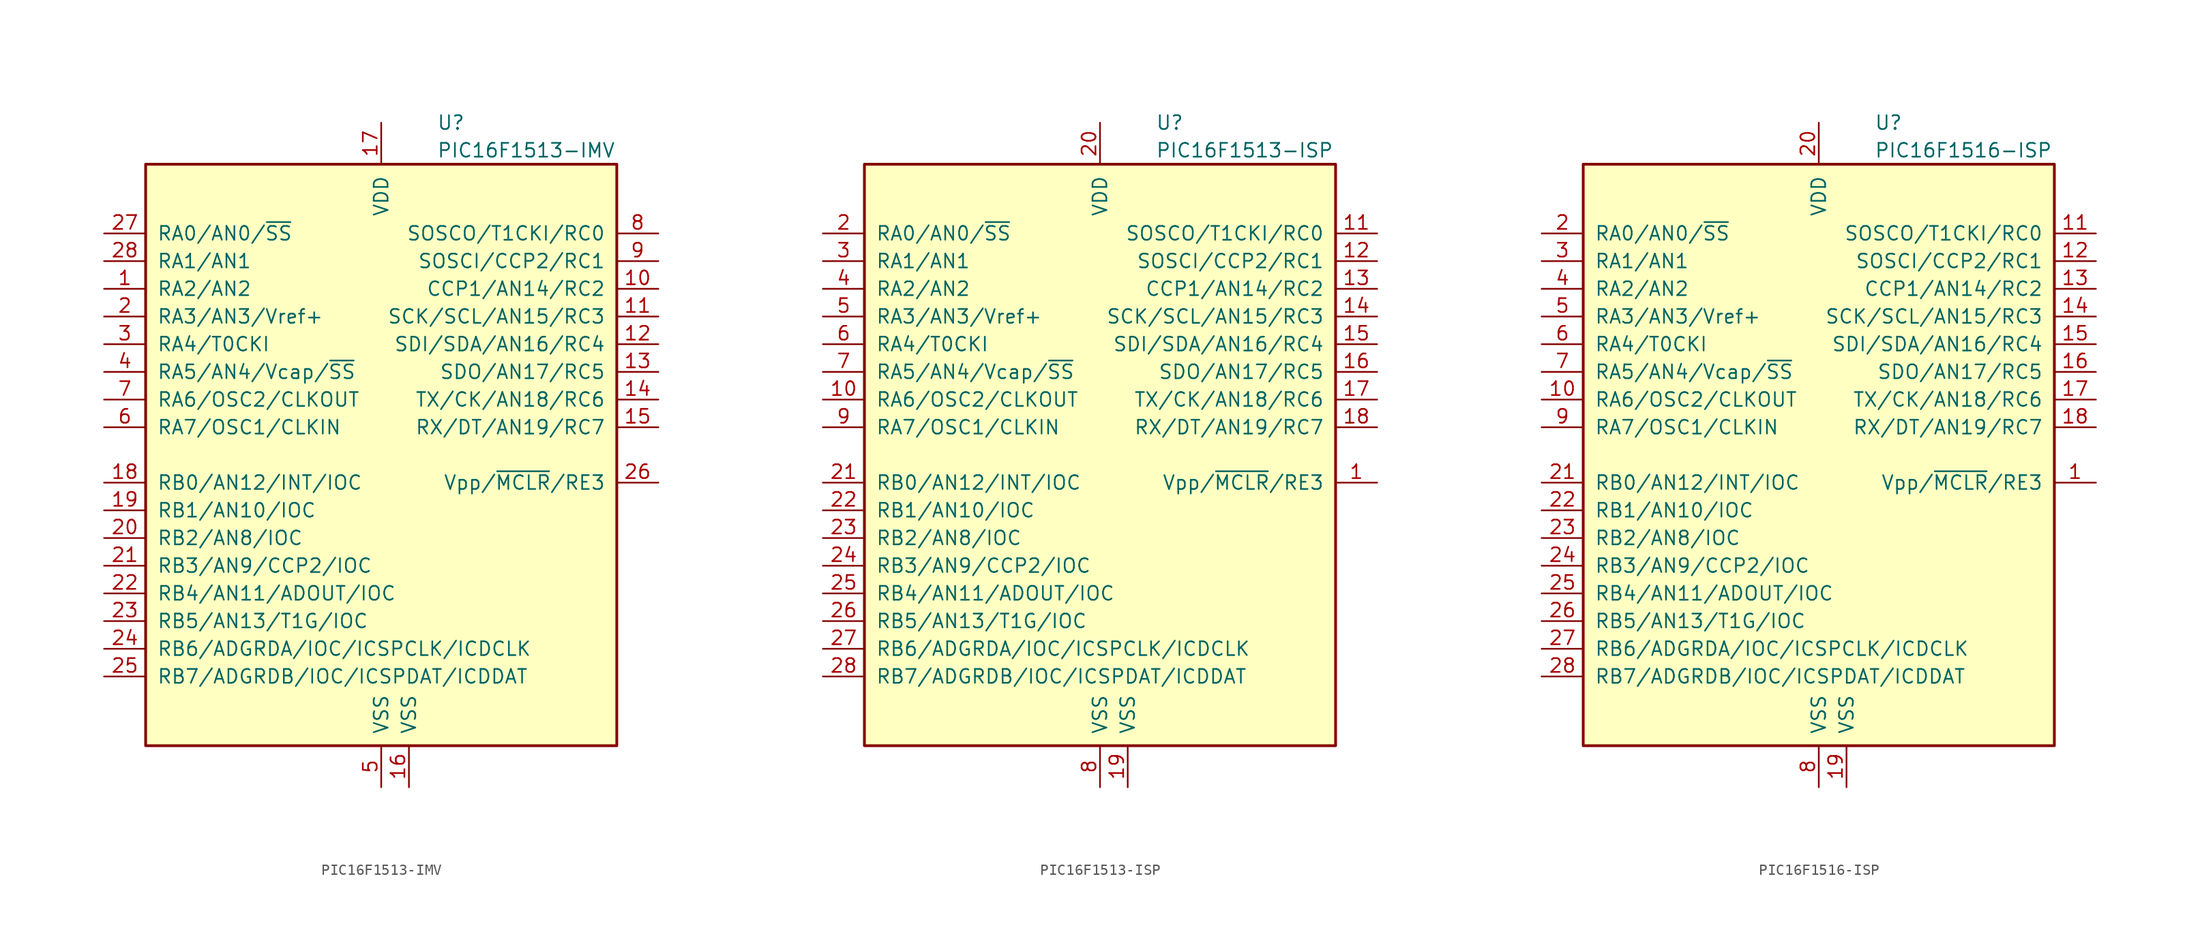
<source format=kicad_sym>
(kicad_symbol_lib
  (version 20220914)
  (generator kicad_symbol_editor)
  (symbol "PIC16F1513-IMV"
    (pin_names
      (offset 1.016))
    (property "Reference" "U"
      (at 5.08 30.48 0)
      (effects (font (size 1.27 1.27)) (justify left)))
    (property "Value" "PIC16F1513-IMV"
      (at 5.08 27.94 0)
      (effects (font (size 1.27 1.27)) (justify left)))
    (symbol "PIC16F1513-IMV_0_1"
      (rectangle (start -21.59 26.67) (end 21.59 -26.67) (stroke (width 0.254) (type default)) (fill (type background))))
    (symbol "PIC16F1513-IMV_1_1"
      (pin bidirectional line (at -25.4 15.24 0) (length 3.81) (name "RA2/AN2" (effects (font (size 1.27 1.27)))) (number "1" (effects (font (size 1.27 1.27)))))
      (pin bidirectional line (at 25.4 15.24 180) (length 3.81) (name "CCP1/AN14/RC2" (effects (font (size 1.27 1.27)))) (number "10" (effects (font (size 1.27 1.27)))))
      (pin bidirectional line (at 25.4 12.7 180) (length 3.81) (name "SCK/SCL/AN15/RC3" (effects (font (size 1.27 1.27)))) (number "11" (effects (font (size 1.27 1.27)))))
      (pin bidirectional line (at 25.4 10.16 180) (length 3.81) (name "SDI/SDA/AN16/RC4" (effects (font (size 1.27 1.27)))) (number "12" (effects (font (size 1.27 1.27)))))
      (pin bidirectional line (at 25.4 7.62 180) (length 3.81) (name "SDO/AN17/RC5" (effects (font (size 1.27 1.27)))) (number "13" (effects (font (size 1.27 1.27)))))
      (pin bidirectional line (at 25.4 5.08 180) (length 3.81) (name "TX/CK/AN18/RC6" (effects (font (size 1.27 1.27)))) (number "14" (effects (font (size 1.27 1.27)))))
      (pin bidirectional line (at 25.4 2.54 180) (length 3.81) (name "RX/DT/AN19/RC7" (effects (font (size 1.27 1.27)))) (number "15" (effects (font (size 1.27 1.27)))))
      (pin power_in line (at 2.54 -30.48 90) (length 3.81) (name "VSS" (effects (font (size 1.27 1.27)))) (number "16" (effects (font (size 1.27 1.27)))))
      (pin power_in line (at 0 30.48 270) (length 3.81) (name "VDD" (effects (font (size 1.27 1.27)))) (number "17" (effects (font (size 1.27 1.27)))))
      (pin bidirectional line (at -25.4 -2.54 0) (length 3.81) (name "RB0/AN12/INT/IOC" (effects (font (size 1.27 1.27)))) (number "18" (effects (font (size 1.27 1.27)))))
      (pin bidirectional line (at -25.4 -5.08 0) (length 3.81) (name "RB1/AN10/IOC" (effects (font (size 1.27 1.27)))) (number "19" (effects (font (size 1.27 1.27)))))
      (pin bidirectional line (at -25.4 12.7 0) (length 3.81) (name "RA3/AN3/Vref+" (effects (font (size 1.27 1.27)))) (number "2" (effects (font (size 1.27 1.27)))))
      (pin bidirectional line (at -25.4 -7.62 0) (length 3.81) (name "RB2/AN8/IOC" (effects (font (size 1.27 1.27)))) (number "20" (effects (font (size 1.27 1.27)))))
      (pin bidirectional line (at -25.4 -10.16 0) (length 3.81) (name "RB3/AN9/CCP2/IOC" (effects (font (size 1.27 1.27)))) (number "21" (effects (font (size 1.27 1.27)))))
      (pin bidirectional line (at -25.4 -12.7 0) (length 3.81) (name "RB4/AN11/ADOUT/IOC" (effects (font (size 1.27 1.27)))) (number "22" (effects (font (size 1.27 1.27)))))
      (pin bidirectional line (at -25.4 -15.24 0) (length 3.81) (name "RB5/AN13/T1G/IOC" (effects (font (size 1.27 1.27)))) (number "23" (effects (font (size 1.27 1.27)))))
      (pin bidirectional line (at -25.4 -17.78 0) (length 3.81) (name "RB6/ADGRDA/IOC/ICSPCLK/ICDCLK" (effects (font (size 1.27 1.27)))) (number "24" (effects (font (size 1.27 1.27)))))
      (pin bidirectional line (at -25.4 -20.32 0) (length 3.81) (name "RB7/ADGRDB/IOC/ICSPDAT/ICDDAT" (effects (font (size 1.27 1.27)))) (number "25" (effects (font (size 1.27 1.27)))))
      (pin input line (at 25.4 -2.54 180) (length 3.81) (name "Vpp/~{MCLR}/RE3" (effects (font (size 1.27 1.27)))) (number "26" (effects (font (size 1.27 1.27)))))
      (pin bidirectional line (at -25.4 20.32 0) (length 3.81) (name "RA0/AN0/~{SS}" (effects (font (size 1.27 1.27)))) (number "27" (effects (font (size 1.27 1.27)))))
      (pin bidirectional line (at -25.4 17.78 0) (length 3.81) (name "RA1/AN1" (effects (font (size 1.27 1.27)))) (number "28" (effects (font (size 1.27 1.27)))))
      (pin bidirectional line (at -25.4 10.16 0) (length 3.81) (name "RA4/T0CKI" (effects (font (size 1.27 1.27)))) (number "3" (effects (font (size 1.27 1.27)))))
      (pin bidirectional line (at -25.4 7.62 0) (length 3.81) (name "RA5/AN4/Vcap/~{SS}" (effects (font (size 1.27 1.27)))) (number "4" (effects (font (size 1.27 1.27)))))
      (pin power_in line (at 0 -30.48 90) (length 3.81) (name "VSS" (effects (font (size 1.27 1.27)))) (number "5" (effects (font (size 1.27 1.27)))))
      (pin bidirectional line (at -25.4 2.54 0) (length 3.81) (name "RA7/OSC1/CLKIN" (effects (font (size 1.27 1.27)))) (number "6" (effects (font (size 1.27 1.27)))))
      (pin bidirectional line (at -25.4 5.08 0) (length 3.81) (name "RA6/OSC2/CLKOUT" (effects (font (size 1.27 1.27)))) (number "7" (effects (font (size 1.27 1.27)))))
      (pin bidirectional line (at 25.4 20.32 180) (length 3.81) (name "SOSCO/T1CKI/RC0" (effects (font (size 1.27 1.27)))) (number "8" (effects (font (size 1.27 1.27)))))
      (pin bidirectional line (at 25.4 17.78 180) (length 3.81) (name "SOSCI/CCP2/RC1" (effects (font (size 1.27 1.27)))) (number "9" (effects (font (size 1.27 1.27)))))))
  (symbol "PIC16F1513-ISP"
    (pin_names
      (offset 1.016))
    (property "Reference" "U"
      (at 5.08 30.48 0)
      (effects (font (size 1.27 1.27)) (justify left)))
    (property "Value" "PIC16F1513-ISP"
      (at 5.08 27.94 0)
      (effects (font (size 1.27 1.27)) (justify left)))
    (symbol "PIC16F1513-ISP_0_1"
      (rectangle (start -21.59 26.67) (end 21.59 -26.67) (stroke (width 0.254) (type default)) (fill (type background))))
    (symbol "PIC16F1513-ISP_1_1"
      (pin input line (at 25.4 -2.54 180) (length 3.81) (name "Vpp/~{MCLR}/RE3" (effects (font (size 1.27 1.27)))) (number "1" (effects (font (size 1.27 1.27)))))
      (pin bidirectional line (at -25.4 5.08 0) (length 3.81) (name "RA6/OSC2/CLKOUT" (effects (font (size 1.27 1.27)))) (number "10" (effects (font (size 1.27 1.27)))))
      (pin bidirectional line (at 25.4 20.32 180) (length 3.81) (name "SOSCO/T1CKI/RC0" (effects (font (size 1.27 1.27)))) (number "11" (effects (font (size 1.27 1.27)))))
      (pin bidirectional line (at 25.4 17.78 180) (length 3.81) (name "SOSCI/CCP2/RC1" (effects (font (size 1.27 1.27)))) (number "12" (effects (font (size 1.27 1.27)))))
      (pin bidirectional line (at 25.4 15.24 180) (length 3.81) (name "CCP1/AN14/RC2" (effects (font (size 1.27 1.27)))) (number "13" (effects (font (size 1.27 1.27)))))
      (pin bidirectional line (at 25.4 12.7 180) (length 3.81) (name "SCK/SCL/AN15/RC3" (effects (font (size 1.27 1.27)))) (number "14" (effects (font (size 1.27 1.27)))))
      (pin bidirectional line (at 25.4 10.16 180) (length 3.81) (name "SDI/SDA/AN16/RC4" (effects (font (size 1.27 1.27)))) (number "15" (effects (font (size 1.27 1.27)))))
      (pin bidirectional line (at 25.4 7.62 180) (length 3.81) (name "SDO/AN17/RC5" (effects (font (size 1.27 1.27)))) (number "16" (effects (font (size 1.27 1.27)))))
      (pin bidirectional line (at 25.4 5.08 180) (length 3.81) (name "TX/CK/AN18/RC6" (effects (font (size 1.27 1.27)))) (number "17" (effects (font (size 1.27 1.27)))))
      (pin bidirectional line (at 25.4 2.54 180) (length 3.81) (name "RX/DT/AN19/RC7" (effects (font (size 1.27 1.27)))) (number "18" (effects (font (size 1.27 1.27)))))
      (pin power_in line (at 2.54 -30.48 90) (length 3.81) (name "VSS" (effects (font (size 1.27 1.27)))) (number "19" (effects (font (size 1.27 1.27)))))
      (pin bidirectional line (at -25.4 20.32 0) (length 3.81) (name "RA0/AN0/~{SS}" (effects (font (size 1.27 1.27)))) (number "2" (effects (font (size 1.27 1.27)))))
      (pin power_in line (at 0 30.48 270) (length 3.81) (name "VDD" (effects (font (size 1.27 1.27)))) (number "20" (effects (font (size 1.27 1.27)))))
      (pin bidirectional line (at -25.4 -2.54 0) (length 3.81) (name "RB0/AN12/INT/IOC" (effects (font (size 1.27 1.27)))) (number "21" (effects (font (size 1.27 1.27)))))
      (pin bidirectional line (at -25.4 -5.08 0) (length 3.81) (name "RB1/AN10/IOC" (effects (font (size 1.27 1.27)))) (number "22" (effects (font (size 1.27 1.27)))))
      (pin bidirectional line (at -25.4 -7.62 0) (length 3.81) (name "RB2/AN8/IOC" (effects (font (size 1.27 1.27)))) (number "23" (effects (font (size 1.27 1.27)))))
      (pin bidirectional line (at -25.4 -10.16 0) (length 3.81) (name "RB3/AN9/CCP2/IOC" (effects (font (size 1.27 1.27)))) (number "24" (effects (font (size 1.27 1.27)))))
      (pin bidirectional line (at -25.4 -12.7 0) (length 3.81) (name "RB4/AN11/ADOUT/IOC" (effects (font (size 1.27 1.27)))) (number "25" (effects (font (size 1.27 1.27)))))
      (pin bidirectional line (at -25.4 -15.24 0) (length 3.81) (name "RB5/AN13/T1G/IOC" (effects (font (size 1.27 1.27)))) (number "26" (effects (font (size 1.27 1.27)))))
      (pin bidirectional line (at -25.4 -17.78 0) (length 3.81) (name "RB6/ADGRDA/IOC/ICSPCLK/ICDCLK" (effects (font (size 1.27 1.27)))) (number "27" (effects (font (size 1.27 1.27)))))
      (pin bidirectional line (at -25.4 -20.32 0) (length 3.81) (name "RB7/ADGRDB/IOC/ICSPDAT/ICDDAT" (effects (font (size 1.27 1.27)))) (number "28" (effects (font (size 1.27 1.27)))))
      (pin bidirectional line (at -25.4 17.78 0) (length 3.81) (name "RA1/AN1" (effects (font (size 1.27 1.27)))) (number "3" (effects (font (size 1.27 1.27)))))
      (pin bidirectional line (at -25.4 15.24 0) (length 3.81) (name "RA2/AN2" (effects (font (size 1.27 1.27)))) (number "4" (effects (font (size 1.27 1.27)))))
      (pin bidirectional line (at -25.4 12.7 0) (length 3.81) (name "RA3/AN3/Vref+" (effects (font (size 1.27 1.27)))) (number "5" (effects (font (size 1.27 1.27)))))
      (pin bidirectional line (at -25.4 10.16 0) (length 3.81) (name "RA4/T0CKI" (effects (font (size 1.27 1.27)))) (number "6" (effects (font (size 1.27 1.27)))))
      (pin bidirectional line (at -25.4 7.62 0) (length 3.81) (name "RA5/AN4/Vcap/~{SS}" (effects (font (size 1.27 1.27)))) (number "7" (effects (font (size 1.27 1.27)))))
      (pin power_in line (at 0 -30.48 90) (length 3.81) (name "VSS" (effects (font (size 1.27 1.27)))) (number "8" (effects (font (size 1.27 1.27)))))
      (pin bidirectional line (at -25.4 2.54 0) (length 3.81) (name "RA7/OSC1/CLKIN" (effects (font (size 1.27 1.27)))) (number "9" (effects (font (size 1.27 1.27)))))))
  (symbol "PIC16F1516-ISP"
    (pin_names
      (offset 1.016))
    (property "Reference" "U"
      (at 5.08 30.48 0)
      (effects (font (size 1.27 1.27)) (justify left)))
    (property "Value" "PIC16F1516-ISP"
      (at 5.08 27.94 0)
      (effects (font (size 1.27 1.27)) (justify left)))
    (symbol "PIC16F1516-ISP_0_1"
      (rectangle (start -21.59 26.67) (end 21.59 -26.67) (stroke (width 0.254) (type default)) (fill (type background))))
    (symbol "PIC16F1516-ISP_1_1"
      (pin input line (at 25.4 -2.54 180) (length 3.81) (name "Vpp/~{MCLR}/RE3" (effects (font (size 1.27 1.27)))) (number "1" (effects (font (size 1.27 1.27)))))
      (pin bidirectional line (at -25.4 5.08 0) (length 3.81) (name "RA6/OSC2/CLKOUT" (effects (font (size 1.27 1.27)))) (number "10" (effects (font (size 1.27 1.27)))))
      (pin bidirectional line (at 25.4 20.32 180) (length 3.81) (name "SOSCO/T1CKI/RC0" (effects (font (size 1.27 1.27)))) (number "11" (effects (font (size 1.27 1.27)))))
      (pin bidirectional line (at 25.4 17.78 180) (length 3.81) (name "SOSCI/CCP2/RC1" (effects (font (size 1.27 1.27)))) (number "12" (effects (font (size 1.27 1.27)))))
      (pin bidirectional line (at 25.4 15.24 180) (length 3.81) (name "CCP1/AN14/RC2" (effects (font (size 1.27 1.27)))) (number "13" (effects (font (size 1.27 1.27)))))
      (pin bidirectional line (at 25.4 12.7 180) (length 3.81) (name "SCK/SCL/AN15/RC3" (effects (font (size 1.27 1.27)))) (number "14" (effects (font (size 1.27 1.27)))))
      (pin bidirectional line (at 25.4 10.16 180) (length 3.81) (name "SDI/SDA/AN16/RC4" (effects (font (size 1.27 1.27)))) (number "15" (effects (font (size 1.27 1.27)))))
      (pin bidirectional line (at 25.4 7.62 180) (length 3.81) (name "SDO/AN17/RC5" (effects (font (size 1.27 1.27)))) (number "16" (effects (font (size 1.27 1.27)))))
      (pin bidirectional line (at 25.4 5.08 180) (length 3.81) (name "TX/CK/AN18/RC6" (effects (font (size 1.27 1.27)))) (number "17" (effects (font (size 1.27 1.27)))))
      (pin bidirectional line (at 25.4 2.54 180) (length 3.81) (name "RX/DT/AN19/RC7" (effects (font (size 1.27 1.27)))) (number "18" (effects (font (size 1.27 1.27)))))
      (pin power_in line (at 2.54 -30.48 90) (length 3.81) (name "VSS" (effects (font (size 1.27 1.27)))) (number "19" (effects (font (size 1.27 1.27)))))
      (pin bidirectional line (at -25.4 20.32 0) (length 3.81) (name "RA0/AN0/~{SS}" (effects (font (size 1.27 1.27)))) (number "2" (effects (font (size 1.27 1.27)))))
      (pin power_in line (at 0 30.48 270) (length 3.81) (name "VDD" (effects (font (size 1.27 1.27)))) (number "20" (effects (font (size 1.27 1.27)))))
      (pin bidirectional line (at -25.4 -2.54 0) (length 3.81) (name "RB0/AN12/INT/IOC" (effects (font (size 1.27 1.27)))) (number "21" (effects (font (size 1.27 1.27)))))
      (pin bidirectional line (at -25.4 -5.08 0) (length 3.81) (name "RB1/AN10/IOC" (effects (font (size 1.27 1.27)))) (number "22" (effects (font (size 1.27 1.27)))))
      (pin bidirectional line (at -25.4 -7.62 0) (length 3.81) (name "RB2/AN8/IOC" (effects (font (size 1.27 1.27)))) (number "23" (effects (font (size 1.27 1.27)))))
      (pin bidirectional line (at -25.4 -10.16 0) (length 3.81) (name "RB3/AN9/CCP2/IOC" (effects (font (size 1.27 1.27)))) (number "24" (effects (font (size 1.27 1.27)))))
      (pin bidirectional line (at -25.4 -12.7 0) (length 3.81) (name "RB4/AN11/ADOUT/IOC" (effects (font (size 1.27 1.27)))) (number "25" (effects (font (size 1.27 1.27)))))
      (pin bidirectional line (at -25.4 -15.24 0) (length 3.81) (name "RB5/AN13/T1G/IOC" (effects (font (size 1.27 1.27)))) (number "26" (effects (font (size 1.27 1.27)))))
      (pin bidirectional line (at -25.4 -17.78 0) (length 3.81) (name "RB6/ADGRDA/IOC/ICSPCLK/ICDCLK" (effects (font (size 1.27 1.27)))) (number "27" (effects (font (size 1.27 1.27)))))
      (pin bidirectional line (at -25.4 -20.32 0) (length 3.81) (name "RB7/ADGRDB/IOC/ICSPDAT/ICDDAT" (effects (font (size 1.27 1.27)))) (number "28" (effects (font (size 1.27 1.27)))))
      (pin bidirectional line (at -25.4 17.78 0) (length 3.81) (name "RA1/AN1" (effects (font (size 1.27 1.27)))) (number "3" (effects (font (size 1.27 1.27)))))
      (pin bidirectional line (at -25.4 15.24 0) (length 3.81) (name "RA2/AN2" (effects (font (size 1.27 1.27)))) (number "4" (effects (font (size 1.27 1.27)))))
      (pin bidirectional line (at -25.4 12.7 0) (length 3.81) (name "RA3/AN3/Vref+" (effects (font (size 1.27 1.27)))) (number "5" (effects (font (size 1.27 1.27)))))
      (pin bidirectional line (at -25.4 10.16 0) (length 3.81) (name "RA4/T0CKI" (effects (font (size 1.27 1.27)))) (number "6" (effects (font (size 1.27 1.27)))))
      (pin bidirectional line (at -25.4 7.62 0) (length 3.81) (name "RA5/AN4/Vcap/~{SS}" (effects (font (size 1.27 1.27)))) (number "7" (effects (font (size 1.27 1.27)))))
      (pin power_in line (at 0 -30.48 90) (length 3.81) (name "VSS" (effects (font (size 1.27 1.27)))) (number "8" (effects (font (size 1.27 1.27)))))
      (pin bidirectional line (at -25.4 2.54 0) (length 3.81) (name "RA7/OSC1/CLKIN" (effects (font (size 1.27 1.27)))) (number "9" (effects (font (size 1.27 1.27))))))))
</source>
